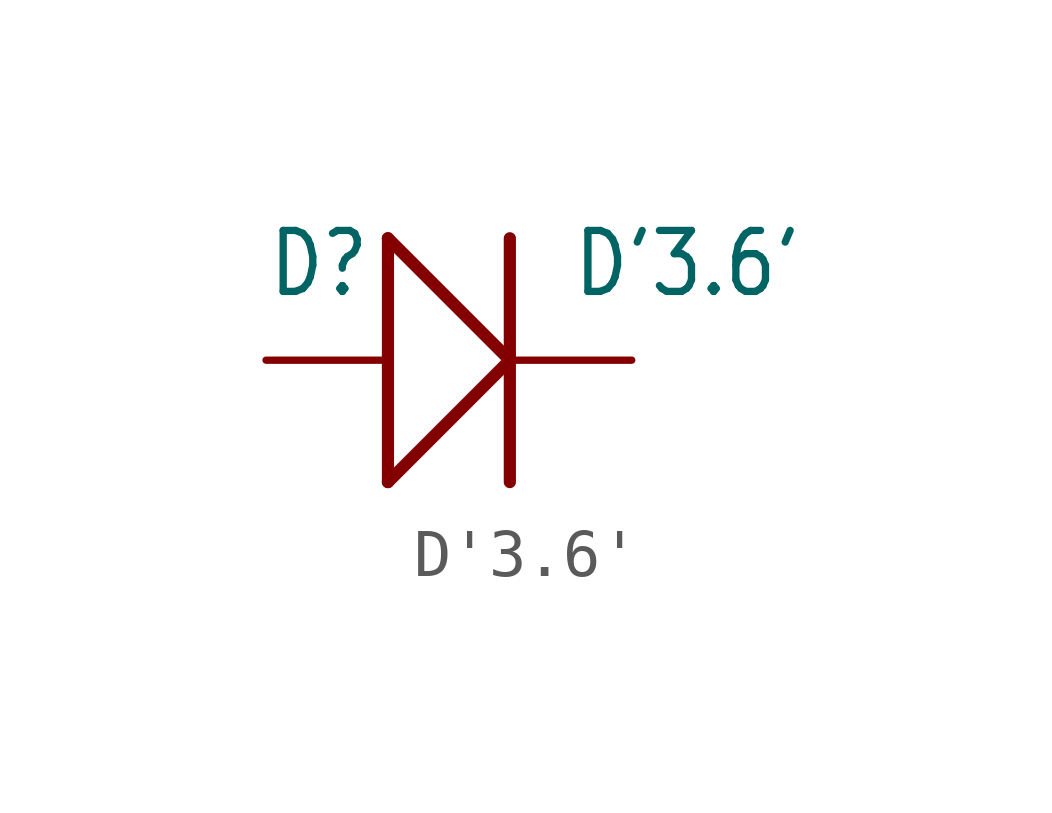
<source format=kicad_sym>
(kicad_symbol_lib
  (version 20211014)
  (generator kicad_symbol_editor)
  (symbol "D'3.6'"
    (property "Reference" "D"
      (at -3.81 1.27 0)
      (effects (font (size 1.27 1.079)) (justify left bottom)))
    (property "Value" "D'3.6'"
      (at 2.54 1.27 0)
      (effects (font (size 1.27 1.079)) (justify left bottom)))
    (property "ki_locked" ""
      (at 0 0 0)
      (effects (font (size 1.27 1.27))))
    (symbol "D'3.6'_1_0"
      (polyline (pts (xy -1.27 -2.54) (xy -1.27 2.54)) (stroke (width 0.254) (type default) (color 0 0 0 0)) (fill (type none)))
      (polyline (pts (xy -1.27 -2.54) (xy 1.27 0)) (stroke (width 0.254) (type default) (color 0 0 0 0)) (fill (type none)))
      (polyline (pts (xy -1.27 2.54) (xy 1.27 0)) (stroke (width 0.254) (type default) (color 0 0 0 0)) (fill (type none)))
      (polyline (pts (xy 1.27 2.54) (xy 1.27 -2.54)) (stroke (width 0.254) (type default) (color 0 0 0 0)) (fill (type none)))
      (pin passive line (at -3.81 0 0) (length 2.54) (name "+" (effects (font (size 0 0)))) (number "1" (effects (font (size 0 0)))))
      (pin passive line (at 3.81 0 180) (length 2.54) (name "-" (effects (font (size 0 0)))) (number "2" (effects (font (size 0 0))))))))
</source>
